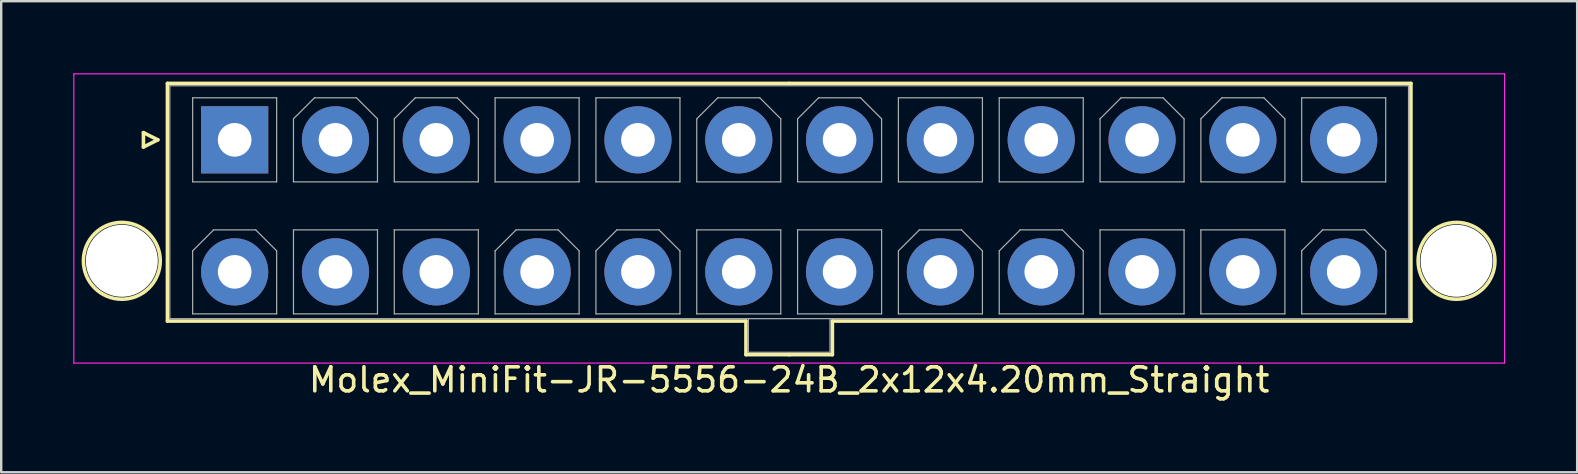
<source format=kicad_pcb>
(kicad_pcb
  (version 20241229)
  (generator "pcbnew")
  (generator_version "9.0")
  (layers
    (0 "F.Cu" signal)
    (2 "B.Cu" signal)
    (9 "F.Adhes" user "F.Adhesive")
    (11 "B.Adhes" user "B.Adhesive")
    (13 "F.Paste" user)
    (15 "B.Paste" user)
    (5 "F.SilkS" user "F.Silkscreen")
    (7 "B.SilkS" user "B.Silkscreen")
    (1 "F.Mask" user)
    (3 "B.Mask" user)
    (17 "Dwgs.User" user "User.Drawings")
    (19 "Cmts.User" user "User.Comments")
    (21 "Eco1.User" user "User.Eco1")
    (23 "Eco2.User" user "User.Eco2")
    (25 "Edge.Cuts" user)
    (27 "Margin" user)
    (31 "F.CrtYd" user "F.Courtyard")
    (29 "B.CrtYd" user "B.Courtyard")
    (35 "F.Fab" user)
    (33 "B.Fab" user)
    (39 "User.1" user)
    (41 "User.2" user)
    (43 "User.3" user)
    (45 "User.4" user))
  (footprint "Molex_MiniFit-JR-5556-24B_2x12x4.20mm_Straight"
    (layer "F.Cu")
    (at 6.725 2.775)
    (property "Reference" "Molex_MiniFit-JR-5556-24B_2x12x4.20mm_Straight" (at 23.1 10 0) (layer "F.SilkS") (effects (font (size 1 1) (thickness 0.15))))
    (attr through_hole)
    (fp_line (start -3.8 -0.3) (end -3.2 0) (stroke (width 0.15) (type solid)) (layer "F.SilkS"))
    (fp_line (start -3.8 0.3) (end -3.8 -0.3) (stroke (width 0.15) (type solid)) (layer "F.SilkS"))
    (fp_line (start -3.2 0) (end -3.8 0.3) (stroke (width 0.15) (type solid)) (layer "F.SilkS"))
    (fp_line (start -2.8 -2.35) (end -2.8 7.55) (stroke (width 0.15) (type solid)) (layer "F.SilkS"))
    (fp_line (start -2.8 7.55) (end 21.3 7.55) (stroke (width 0.15) (type solid)) (layer "F.SilkS"))
    (fp_line (start 21.3 7.55) (end 21.3 8.95) (stroke (width 0.15) (type solid)) (layer "F.SilkS"))
    (fp_line (start 21.3 8.95) (end 23.1 8.95) (stroke (width 0.15) (type solid)) (layer "F.SilkS"))
    (fp_line (start 23.1 -2.35) (end -2.8 -2.35) (stroke (width 0.15) (type solid)) (layer "F.SilkS"))
    (fp_line (start 23.1 -2.35) (end 49 -2.35) (stroke (width 0.15) (type solid)) (layer "F.SilkS"))
    (fp_line (start 24.9 7.55) (end 24.9 8.95) (stroke (width 0.15) (type solid)) (layer "F.SilkS"))
    (fp_line (start 24.9 8.95) (end 23.1 8.95) (stroke (width 0.15) (type solid)) (layer "F.SilkS"))
    (fp_line (start 49 -2.35) (end 49 7.55) (stroke (width 0.15) (type solid)) (layer "F.SilkS"))
    (fp_line (start 49 7.55) (end 24.9 7.55) (stroke (width 0.15) (type solid)) (layer "F.SilkS"))
    (fp_circle (center -4.7 5.04) (end -3.1 5.04) (stroke (width 0.15) (type solid)) (fill no) (layer "F.SilkS"))
    (fp_circle (center 50.9 5.04) (end 52.5 5.04) (stroke (width 0.15) (type solid)) (fill no) (layer "F.SilkS"))
    (fp_line (start -6.7 -2.75) (end -6.7 9.3) (stroke (width 0.05) (type solid)) (layer "F.CrtYd"))
    (fp_line (start -6.7 9.3) (end 52.9 9.3) (stroke (width 0.05) (type solid)) (layer "F.CrtYd"))
    (fp_line (start 52.9 -2.75) (end -6.7 -2.75) (stroke (width 0.05) (type solid)) (layer "F.CrtYd"))
    (fp_line (start 52.9 9.3) (end 52.9 -2.75) (stroke (width 0.05) (type solid)) (layer "F.CrtYd"))
    (fp_line (start -2.7 -2.25) (end -2.7 7.45) (stroke (width 0.05) (type solid)) (layer "F.Fab"))
    (fp_line (start -2.7 7.45) (end 48.9 7.45) (stroke (width 0.05) (type solid)) (layer "F.Fab"))
    (fp_line (start -1.75 -1.75) (end -1.75 1.75) (stroke (width 0.05) (type solid)) (layer "F.Fab"))
    (fp_line (start -1.75 1.75) (end 1.75 1.75) (stroke (width 0.05) (type solid)) (layer "F.Fab"))
    (fp_line (start -1.75 4.625) (end -0.875 3.75) (stroke (width 0.05) (type solid)) (layer "F.Fab"))
    (fp_line (start -1.75 7.25) (end -1.75 4.625) (stroke (width 0.05) (type solid)) (layer "F.Fab"))
    (fp_line (start -0.875 3.75) (end 0.875 3.75) (stroke (width 0.05) (type solid)) (layer "F.Fab"))
    (fp_line (start 0.875 3.75) (end 1.75 4.625) (stroke (width 0.05) (type solid)) (layer "F.Fab"))
    (fp_line (start 1.75 -1.75) (end -1.75 -1.75) (stroke (width 0.05) (type solid)) (layer "F.Fab"))
    (fp_line (start 1.75 1.75) (end 1.75 -1.75) (stroke (width 0.05) (type solid)) (layer "F.Fab"))
    (fp_line (start 1.75 4.625) (end 1.75 7.25) (stroke (width 0.05) (type solid)) (layer "F.Fab"))
    (fp_line (start 1.75 7.25) (end -1.75 7.25) (stroke (width 0.05) (type solid)) (layer "F.Fab"))
    (fp_line (start 2.45 -0.875) (end 3.325 -1.75) (stroke (width 0.05) (type solid)) (layer "F.Fab"))
    (fp_line (start 2.45 1.75) (end 2.45 -0.875) (stroke (width 0.05) (type solid)) (layer "F.Fab"))
    (fp_line (start 2.45 3.75) (end 2.45 7.25) (stroke (width 0.05) (type solid)) (layer "F.Fab"))
    (fp_line (start 2.45 7.25) (end 5.95 7.25) (stroke (width 0.05) (type solid)) (layer "F.Fab"))
    (fp_line (start 3.325 -1.75) (end 5.075 -1.75) (stroke (width 0.05) (type solid)) (layer "F.Fab"))
    (fp_line (start 5.075 -1.75) (end 5.95 -0.875) (stroke (width 0.05) (type solid)) (layer "F.Fab"))
    (fp_line (start 5.95 -0.875) (end 5.95 1.75) (stroke (width 0.05) (type solid)) (layer "F.Fab"))
    (fp_line (start 5.95 1.75) (end 2.45 1.75) (stroke (width 0.05) (type solid)) (layer "F.Fab"))
    (fp_line (start 5.95 3.75) (end 2.45 3.75) (stroke (width 0.05) (type solid)) (layer "F.Fab"))
    (fp_line (start 5.95 7.25) (end 5.95 3.75) (stroke (width 0.05) (type solid)) (layer "F.Fab"))
    (fp_line (start 6.65 -0.875) (end 7.525 -1.75) (stroke (width 0.05) (type solid)) (layer "F.Fab"))
    (fp_line (start 6.65 1.75) (end 6.65 -0.875) (stroke (width 0.05) (type solid)) (layer "F.Fab"))
    (fp_line (start 6.65 3.75) (end 6.65 7.25) (stroke (width 0.05) (type solid)) (layer "F.Fab"))
    (fp_line (start 6.65 7.25) (end 10.15 7.25) (stroke (width 0.05) (type solid)) (layer "F.Fab"))
    (fp_line (start 7.525 -1.75) (end 9.275 -1.75) (stroke (width 0.05) (type solid)) (layer "F.Fab"))
    (fp_line (start 9.275 -1.75) (end 10.15 -0.875) (stroke (width 0.05) (type solid)) (layer "F.Fab"))
    (fp_line (start 10.15 -0.875) (end 10.15 1.75) (stroke (width 0.05) (type solid)) (layer "F.Fab"))
    (fp_line (start 10.15 1.75) (end 6.65 1.75) (stroke (width 0.05) (type solid)) (layer "F.Fab"))
    (fp_line (start 10.15 3.75) (end 6.65 3.75) (stroke (width 0.05) (type solid)) (layer "F.Fab"))
    (fp_line (start 10.15 7.25) (end 10.15 3.75) (stroke (width 0.05) (type solid)) (layer "F.Fab"))
    (fp_line (start 10.85 -1.75) (end 10.85 1.75) (stroke (width 0.05) (type solid)) (layer "F.Fab"))
    (fp_line (start 10.85 1.75) (end 14.35 1.75) (stroke (width 0.05) (type solid)) (layer "F.Fab"))
    (fp_line (start 10.85 4.625) (end 11.725 3.75) (stroke (width 0.05) (type solid)) (layer "F.Fab"))
    (fp_line (start 10.85 7.25) (end 10.85 4.625) (stroke (width 0.05) (type solid)) (layer "F.Fab"))
    (fp_line (start 11.725 3.75) (end 13.475 3.75) (stroke (width 0.05) (type solid)) (layer "F.Fab"))
    (fp_line (start 13.475 3.75) (end 14.35 4.625) (stroke (width 0.05) (type solid)) (layer "F.Fab"))
    (fp_line (start 14.35 -1.75) (end 10.85 -1.75) (stroke (width 0.05) (type solid)) (layer "F.Fab"))
    (fp_line (start 14.35 1.75) (end 14.35 -1.75) (stroke (width 0.05) (type solid)) (layer "F.Fab"))
    (fp_line (start 14.35 4.625) (end 14.35 7.25) (stroke (width 0.05) (type solid)) (layer "F.Fab"))
    (fp_line (start 14.35 7.25) (end 10.85 7.25) (stroke (width 0.05) (type solid)) (layer "F.Fab"))
    (fp_line (start 15.05 -1.75) (end 15.05 1.75) (stroke (width 0.05) (type solid)) (layer "F.Fab"))
    (fp_line (start 15.05 1.75) (end 18.55 1.75) (stroke (width 0.05) (type solid)) (layer "F.Fab"))
    (fp_line (start 15.05 4.625) (end 15.925 3.75) (stroke (width 0.05) (type solid)) (layer "F.Fab"))
    (fp_line (start 15.05 7.25) (end 15.05 4.625) (stroke (width 0.05) (type solid)) (layer "F.Fab"))
    (fp_line (start 15.925 3.75) (end 17.675 3.75) (stroke (width 0.05) (type solid)) (layer "F.Fab"))
    (fp_line (start 17.675 3.75) (end 18.55 4.625) (stroke (width 0.05) (type solid)) (layer "F.Fab"))
    (fp_line (start 18.55 -1.75) (end 15.05 -1.75) (stroke (width 0.05) (type solid)) (layer "F.Fab"))
    (fp_line (start 18.55 1.75) (end 18.55 -1.75) (stroke (width 0.05) (type solid)) (layer "F.Fab"))
    (fp_line (start 18.55 4.625) (end 18.55 7.25) (stroke (width 0.05) (type solid)) (layer "F.Fab"))
    (fp_line (start 18.55 7.25) (end 15.05 7.25) (stroke (width 0.05) (type solid)) (layer "F.Fab"))
    (fp_line (start 19.25 -0.875) (end 20.125 -1.75) (stroke (width 0.05) (type solid)) (layer "F.Fab"))
    (fp_line (start 19.25 1.75) (end 19.25 -0.875) (stroke (width 0.05) (type solid)) (layer "F.Fab"))
    (fp_line (start 19.25 3.75) (end 19.25 7.25) (stroke (width 0.05) (type solid)) (layer "F.Fab"))
    (fp_line (start 19.25 7.25) (end 22.75 7.25) (stroke (width 0.05) (type solid)) (layer "F.Fab"))
    (fp_line (start 20.125 -1.75) (end 21.875 -1.75) (stroke (width 0.05) (type solid)) (layer "F.Fab"))
    (fp_line (start 21.4 7.45) (end 21.4 8.85) (stroke (width 0.05) (type solid)) (layer "F.Fab"))
    (fp_line (start 21.4 8.85) (end 24.8 8.85) (stroke (width 0.05) (type solid)) (layer "F.Fab"))
    (fp_line (start 21.875 -1.75) (end 22.75 -0.875) (stroke (width 0.05) (type solid)) (layer "F.Fab"))
    (fp_line (start 22.75 -0.875) (end 22.75 1.75) (stroke (width 0.05) (type solid)) (layer "F.Fab"))
    (fp_line (start 22.75 1.75) (end 19.25 1.75) (stroke (width 0.05) (type solid)) (layer "F.Fab"))
    (fp_line (start 22.75 3.75) (end 19.25 3.75) (stroke (width 0.05) (type solid)) (layer "F.Fab"))
    (fp_line (start 22.75 7.25) (end 22.75 3.75) (stroke (width 0.05) (type solid)) (layer "F.Fab"))
    (fp_line (start 23.45 -0.875) (end 24.325 -1.75) (stroke (width 0.05) (type solid)) (layer "F.Fab"))
    (fp_line (start 23.45 1.75) (end 23.45 -0.875) (stroke (width 0.05) (type solid)) (layer "F.Fab"))
    (fp_line (start 23.45 3.75) (end 23.45 7.25) (stroke (width 0.05) (type solid)) (layer "F.Fab"))
    (fp_line (start 23.45 7.25) (end 26.95 7.25) (stroke (width 0.05) (type solid)) (layer "F.Fab"))
    (fp_line (start 24.325 -1.75) (end 26.075 -1.75) (stroke (width 0.05) (type solid)) (layer "F.Fab"))
    (fp_line (start 24.8 8.85) (end 24.8 7.45) (stroke (width 0.05) (type solid)) (layer "F.Fab"))
    (fp_line (start 26.075 -1.75) (end 26.95 -0.875) (stroke (width 0.05) (type solid)) (layer "F.Fab"))
    (fp_line (start 26.95 -0.875) (end 26.95 1.75) (stroke (width 0.05) (type solid)) (layer "F.Fab"))
    (fp_line (start 26.95 1.75) (end 23.45 1.75) (stroke (width 0.05) (type solid)) (layer "F.Fab"))
    (fp_line (start 26.95 3.75) (end 23.45 3.75) (stroke (width 0.05) (type solid)) (layer "F.Fab"))
    (fp_line (start 26.95 7.25) (end 26.95 3.75) (stroke (width 0.05) (type solid)) (layer "F.Fab"))
    (fp_line (start 27.65 -1.75) (end 27.65 1.75) (stroke (width 0.05) (type solid)) (layer "F.Fab"))
    (fp_line (start 27.65 1.75) (end 31.15 1.75) (stroke (width 0.05) (type solid)) (layer "F.Fab"))
    (fp_line (start 27.65 4.625) (end 28.525 3.75) (stroke (width 0.05) (type solid)) (layer "F.Fab"))
    (fp_line (start 27.65 7.25) (end 27.65 4.625) (stroke (width 0.05) (type solid)) (layer "F.Fab"))
    (fp_line (start 28.525 3.75) (end 30.275 3.75) (stroke (width 0.05) (type solid)) (layer "F.Fab"))
    (fp_line (start 30.275 3.75) (end 31.15 4.625) (stroke (width 0.05) (type solid)) (layer "F.Fab"))
    (fp_line (start 31.15 -1.75) (end 27.65 -1.75) (stroke (width 0.05) (type solid)) (layer "F.Fab"))
    (fp_line (start 31.15 1.75) (end 31.15 -1.75) (stroke (width 0.05) (type solid)) (layer "F.Fab"))
    (fp_line (start 31.15 4.625) (end 31.15 7.25) (stroke (width 0.05) (type solid)) (layer "F.Fab"))
    (fp_line (start 31.15 7.25) (end 27.65 7.25) (stroke (width 0.05) (type solid)) (layer "F.Fab"))
    (fp_line (start 31.85 -1.75) (end 31.85 1.75) (stroke (width 0.05) (type solid)) (layer "F.Fab"))
    (fp_line (start 31.85 1.75) (end 35.35 1.75) (stroke (width 0.05) (type solid)) (layer "F.Fab"))
    (fp_line (start 31.85 4.625) (end 32.725 3.75) (stroke (width 0.05) (type solid)) (layer "F.Fab"))
    (fp_line (start 31.85 7.25) (end 31.85 4.625) (stroke (width 0.05) (type solid)) (layer "F.Fab"))
    (fp_line (start 32.725 3.75) (end 34.475 3.75) (stroke (width 0.05) (type solid)) (layer "F.Fab"))
    (fp_line (start 34.475 3.75) (end 35.35 4.625) (stroke (width 0.05) (type solid)) (layer "F.Fab"))
    (fp_line (start 35.35 -1.75) (end 31.85 -1.75) (stroke (width 0.05) (type solid)) (layer "F.Fab"))
    (fp_line (start 35.35 1.75) (end 35.35 -1.75) (stroke (width 0.05) (type solid)) (layer "F.Fab"))
    (fp_line (start 35.35 4.625) (end 35.35 7.25) (stroke (width 0.05) (type solid)) (layer "F.Fab"))
    (fp_line (start 35.35 7.25) (end 31.85 7.25) (stroke (width 0.05) (type solid)) (layer "F.Fab"))
    (fp_line (start 36.05 -0.875) (end 36.925 -1.75) (stroke (width 0.05) (type solid)) (layer "F.Fab"))
    (fp_line (start 36.05 1.75) (end 36.05 -0.875) (stroke (width 0.05) (type solid)) (layer "F.Fab"))
    (fp_line (start 36.05 3.75) (end 36.05 7.25) (stroke (width 0.05) (type solid)) (layer "F.Fab"))
    (fp_line (start 36.05 7.25) (end 39.55 7.25) (stroke (width 0.05) (type solid)) (layer "F.Fab"))
    (fp_line (start 36.925 -1.75) (end 38.675 -1.75) (stroke (width 0.05) (type solid)) (layer "F.Fab"))
    (fp_line (start 38.675 -1.75) (end 39.55 -0.875) (stroke (width 0.05) (type solid)) (layer "F.Fab"))
    (fp_line (start 39.55 -0.875) (end 39.55 1.75) (stroke (width 0.05) (type solid)) (layer "F.Fab"))
    (fp_line (start 39.55 1.75) (end 36.05 1.75) (stroke (width 0.05) (type solid)) (layer "F.Fab"))
    (fp_line (start 39.55 3.75) (end 36.05 3.75) (stroke (width 0.05) (type solid)) (layer "F.Fab"))
    (fp_line (start 39.55 7.25) (end 39.55 3.75) (stroke (width 0.05) (type solid)) (layer "F.Fab"))
    (fp_line (start 40.25 -0.875) (end 41.125 -1.75) (stroke (width 0.05) (type solid)) (layer "F.Fab"))
    (fp_line (start 40.25 1.75) (end 40.25 -0.875) (stroke (width 0.05) (type solid)) (layer "F.Fab"))
    (fp_line (start 40.25 3.75) (end 40.25 7.25) (stroke (width 0.05) (type solid)) (layer "F.Fab"))
    (fp_line (start 40.25 7.25) (end 43.75 7.25) (stroke (width 0.05) (type solid)) (layer "F.Fab"))
    (fp_line (start 41.125 -1.75) (end 42.875 -1.75) (stroke (width 0.05) (type solid)) (layer "F.Fab"))
    (fp_line (start 42.875 -1.75) (end 43.75 -0.875) (stroke (width 0.05) (type solid)) (layer "F.Fab"))
    (fp_line (start 43.75 -0.875) (end 43.75 1.75) (stroke (width 0.05) (type solid)) (layer "F.Fab"))
    (fp_line (start 43.75 1.75) (end 40.25 1.75) (stroke (width 0.05) (type solid)) (layer "F.Fab"))
    (fp_line (start 43.75 3.75) (end 40.25 3.75) (stroke (width 0.05) (type solid)) (layer "F.Fab"))
    (fp_line (start 43.75 7.25) (end 43.75 3.75) (stroke (width 0.05) (type solid)) (layer "F.Fab"))
    (fp_line (start 44.45 -1.75) (end 44.45 1.75) (stroke (width 0.05) (type solid)) (layer "F.Fab"))
    (fp_line (start 44.45 1.75) (end 47.95 1.75) (stroke (width 0.05) (type solid)) (layer "F.Fab"))
    (fp_line (start 44.45 4.625) (end 45.325 3.75) (stroke (width 0.05) (type solid)) (layer "F.Fab"))
    (fp_line (start 44.45 7.25) (end 44.45 4.625) (stroke (width 0.05) (type solid)) (layer "F.Fab"))
    (fp_line (start 45.325 3.75) (end 47.075 3.75) (stroke (width 0.05) (type solid)) (layer "F.Fab"))
    (fp_line (start 47.075 3.75) (end 47.95 4.625) (stroke (width 0.05) (type solid)) (layer "F.Fab"))
    (fp_line (start 47.95 -1.75) (end 44.45 -1.75) (stroke (width 0.05) (type solid)) (layer "F.Fab"))
    (fp_line (start 47.95 1.75) (end 47.95 -1.75) (stroke (width 0.05) (type solid)) (layer "F.Fab"))
    (fp_line (start 47.95 4.625) (end 47.95 7.25) (stroke (width 0.05) (type solid)) (layer "F.Fab"))
    (fp_line (start 47.95 7.25) (end 44.45 7.25) (stroke (width 0.05) (type solid)) (layer "F.Fab"))
    (fp_line (start 48.9 -2.25) (end -2.7 -2.25) (stroke (width 0.05) (type solid)) (layer "F.Fab"))
    (fp_line (start 48.9 7.45) (end 48.9 -2.25) (stroke (width 0.05) (type solid)) (layer "F.Fab"))
    (pad "" np_thru_hole circle (at -4.7 5.04) (size 3 3) (drill 3) (layers "*.Cu"))
    (pad "" np_thru_hole circle (at 50.9 5.04) (size 3 3) (drill 3) (layers "*.Cu"))
    (pad "1" thru_hole rect (at 0 0) (size 2.8 2.8) (drill 1.4) (layers "*.Cu" "*.Mask"))
    (pad "2" thru_hole circle (at 4.2 0) (size 2.8 2.8) (drill 1.4) (layers "*.Cu" "*.Mask"))
    (pad "3" thru_hole circle (at 8.4 0) (size 2.8 2.8) (drill 1.4) (layers "*.Cu" "*.Mask"))
    (pad "4" thru_hole circle (at 12.6 0) (size 2.8 2.8) (drill 1.4) (layers "*.Cu" "*.Mask"))
    (pad "5" thru_hole circle (at 16.8 0) (size 2.8 2.8) (drill 1.4) (layers "*.Cu" "*.Mask"))
    (pad "6" thru_hole circle (at 21 0) (size 2.8 2.8) (drill 1.4) (layers "*.Cu" "*.Mask"))
    (pad "7" thru_hole circle (at 25.2 0) (size 2.8 2.8) (drill 1.4) (layers "*.Cu" "*.Mask"))
    (pad "8" thru_hole circle (at 29.4 0) (size 2.8 2.8) (drill 1.4) (layers "*.Cu" "*.Mask"))
    (pad "9" thru_hole circle (at 33.6 0) (size 2.8 2.8) (drill 1.4) (layers "*.Cu" "*.Mask"))
    (pad "10" thru_hole circle (at 37.8 0) (size 2.8 2.8) (drill 1.4) (layers "*.Cu" "*.Mask"))
    (pad "11" thru_hole circle (at 42 0) (size 2.8 2.8) (drill 1.4) (layers "*.Cu" "*.Mask"))
    (pad "12" thru_hole circle (at 46.2 0) (size 2.8 2.8) (drill 1.4) (layers "*.Cu" "*.Mask"))
    (pad "13" thru_hole circle (at 0 5.5) (size 2.8 2.8) (drill 1.4) (layers "*.Cu" "*.Mask"))
    (pad "14" thru_hole circle (at 4.2 5.5) (size 2.8 2.8) (drill 1.4) (layers "*.Cu" "*.Mask"))
    (pad "15" thru_hole circle (at 8.4 5.5) (size 2.8 2.8) (drill 1.4) (layers "*.Cu" "*.Mask"))
    (pad "16" thru_hole circle (at 12.6 5.5) (size 2.8 2.8) (drill 1.4) (layers "*.Cu" "*.Mask"))
    (pad "17" thru_hole circle (at 16.8 5.5) (size 2.8 2.8) (drill 1.4) (layers "*.Cu" "*.Mask"))
    (pad "18" thru_hole circle (at 21 5.5) (size 2.8 2.8) (drill 1.4) (layers "*.Cu" "*.Mask"))
    (pad "19" thru_hole circle (at 25.2 5.5) (size 2.8 2.8) (drill 1.4) (layers "*.Cu" "*.Mask"))
    (pad "20" thru_hole circle (at 29.4 5.5) (size 2.8 2.8) (drill 1.4) (layers "*.Cu" "*.Mask"))
    (pad "21" thru_hole circle (at 33.6 5.5) (size 2.8 2.8) (drill 1.4) (layers "*.Cu" "*.Mask"))
    (pad "22" thru_hole circle (at 37.8 5.5) (size 2.8 2.8) (drill 1.4) (layers "*.Cu" "*.Mask"))
    (pad "23" thru_hole circle (at 42 5.5) (size 2.8 2.8) (drill 1.4) (layers "*.Cu" "*.Mask"))
    (pad "24" thru_hole circle (at 46.2 5.5) (size 2.8 2.8) (drill 1.4) (layers "*.Cu" "*.Mask")))
  (gr_rect
    (start -3 -3)
    (end 62.65 16.623)
    (stroke (width 0.1) (type default))
    (fill no)
    (layer "Edge.Cuts")))
</source>
